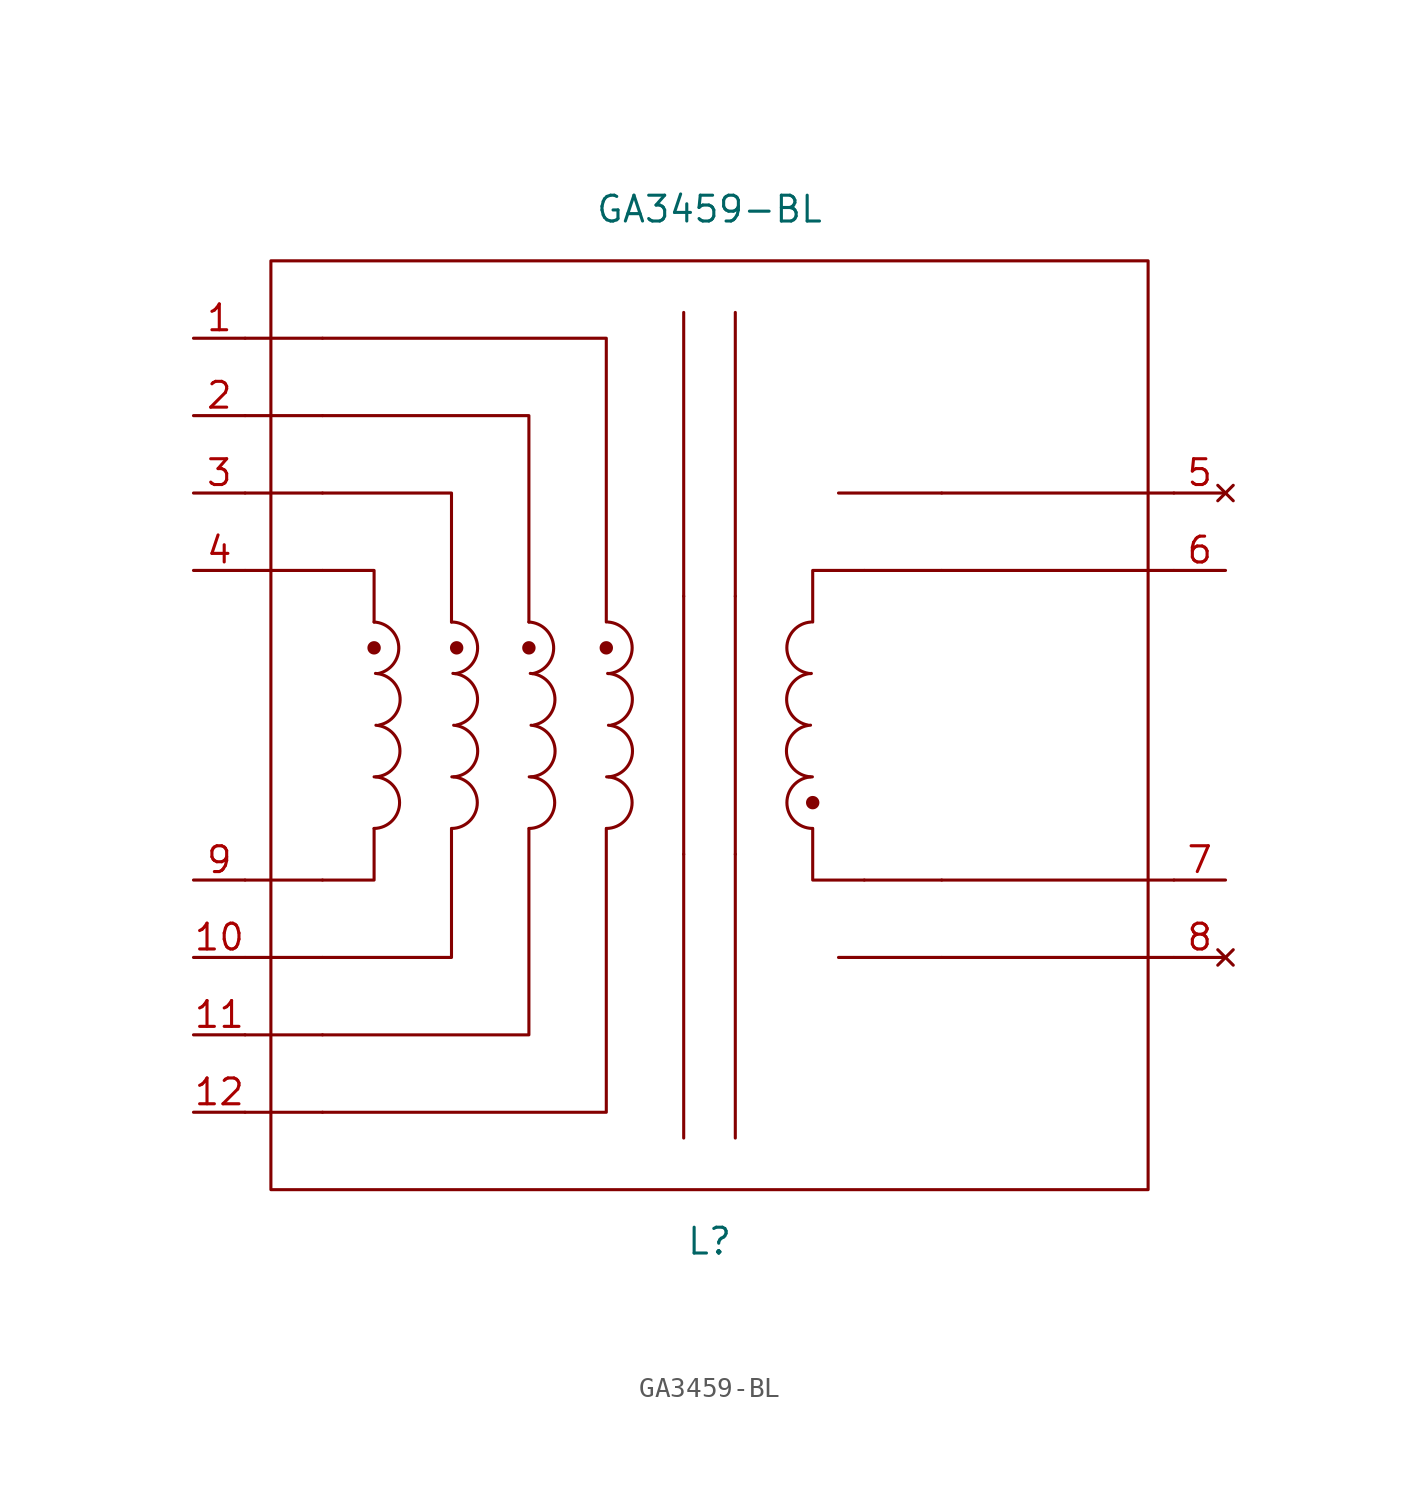
<source format=kicad_sym>
(kicad_symbol_lib
  (version 20220914)
  (generator kicad_symbol_editor)
  (symbol "GA3459-BL"
    (property "Reference" "L"
      (at 0 -25.4 0)
      (effects (font (size 1.27 1.27))))
    (property "Value" "GA3459-BL"
      (at 0 25.4 0)
      (effects (font (size 1.27 1.27))))
    (symbol "GA3459-BL_0_1"
      (rectangle (start -21.59 22.86) (end 21.59 -22.86) (stroke (width 0.152) (type default)) (fill (type none)))
      (arc (start -16.51 -5.08) (mid -15.2558 -3.81) (end -16.51 -2.54) (stroke (width 0.1524) (type default)) (fill (type none)))
      (circle (center -16.51 3.81) (radius 0.254) (stroke (width 0.152) (type default)) (fill (type outline)))
      (arc (start -16.4198 -2.54) (mid -15.2368 -1.27) (end -16.4198 0) (stroke (width 0.1524) (type default)) (fill (type none)))
      (arc (start -16.3296 2.54) (mid -15.2979 3.8897) (end -16.51 5.08) (stroke (width 0.1524) (type default)) (fill (type none)))
      (arc (start -16.2619 0.0112) (mid -15.2302 1.3609) (end -16.4423 2.5512) (stroke (width 0.1524) (type default)) (fill (type none)))
      (arc (start -12.6841 -5.08) (mid -11.4299 -3.81) (end -12.6841 -2.54) (stroke (width 0.1524) (type default)) (fill (type none)))
      (arc (start -12.5939 -2.54) (mid -11.4109 -1.27) (end -12.5939 0) (stroke (width 0.1524) (type default)) (fill (type none)))
      (arc (start -12.5196 2.54) (mid -11.4184 3.8946) (end -12.7 5.08) (stroke (width 0.1524) (type default)) (fill (type none)))
      (arc (start -12.4519 0.0112) (mid -11.4202 1.3609) (end -12.6323 2.5512) (stroke (width 0.1524) (type default)) (fill (type none)))
      (circle (center -12.446 3.81) (radius 0.254) (stroke (width 0.152) (type default)) (fill (type outline)))
      (circle (center -8.89 3.81) (radius 0.254) (stroke (width 0.152) (type default)) (fill (type outline)))
      (arc (start -8.8741 -5.08) (mid -7.6199 -3.81) (end -8.8741 -2.54) (stroke (width 0.1524) (type default)) (fill (type none)))
      (arc (start -8.7839 -2.54) (mid -7.6009 -1.27) (end -8.7839 0) (stroke (width 0.1524) (type default)) (fill (type none)))
      (arc (start -8.7096 2.54) (mid -7.6743 3.89) (end -8.89 5.08) (stroke (width 0.1524) (type default)) (fill (type none)))
      (arc (start -8.6419 0.0112) (mid -7.6102 1.3609) (end -8.8223 2.5512) (stroke (width 0.1524) (type default)) (fill (type none)))
      (circle (center -5.08 3.81) (radius 0.254) (stroke (width 0.152) (type default)) (fill (type outline)))
      (arc (start -5.0641 -5.08) (mid -3.8099 -3.81) (end -5.0641 -2.54) (stroke (width 0.1524) (type default)) (fill (type none)))
      (arc (start -4.9898 2.54) (mid -3.8068 3.81) (end -4.9898 5.08) (stroke (width 0.1524) (type default)) (fill (type none)))
      (arc (start -4.9739 -2.54) (mid -3.7909 -1.27) (end -4.9739 0) (stroke (width 0.1524) (type default)) (fill (type none)))
      (arc (start -4.8319 0.0112) (mid -3.8002 1.3609) (end -5.0123 2.5512) (stroke (width 0.1524) (type default)) (fill (type none)))
      (polyline (pts (xy -19.05 -19.05) (xy -22.86 -19.05)) (stroke (width 0.152) (type default)) (fill (type none)))
      (polyline (pts (xy -19.05 -11.43) (xy -22.86 -11.43)) (stroke (width 0.152) (type default)) (fill (type none)))
      (polyline (pts (xy -19.05 -7.62) (xy -22.86 -7.62)) (stroke (width 0.152) (type default)) (fill (type none)))
      (polyline (pts (xy -19.05 7.62) (xy -22.86 7.62)) (stroke (width 0.152) (type default)) (fill (type none)))
      (polyline (pts (xy -19.05 15.24) (xy -22.86 15.24)) (stroke (width 0.152) (type default)) (fill (type none)))
      (polyline (pts (xy -1.27 -6.35) (xy -1.27 -20.32)) (stroke (width 0.152) (type default)) (fill (type none)))
      (polyline (pts (xy -1.27 6.35) (xy -1.27 -6.35)) (stroke (width 0.152) (type default)) (fill (type none)))
      (polyline (pts (xy -1.27 6.35) (xy -1.27 20.32)) (stroke (width 0.152) (type default)) (fill (type none)))
      (polyline (pts (xy 1.27 -6.35) (xy 1.27 -20.32)) (stroke (width 0.152) (type default)) (fill (type none)))
      (polyline (pts (xy 1.27 6.35) (xy 1.27 -6.35)) (stroke (width 0.152) (type default)) (fill (type none)))
      (polyline (pts (xy 1.27 6.35) (xy 1.27 20.32)) (stroke (width 0.152) (type default)) (fill (type none)))
      (polyline (pts (xy 7.62 -7.62) (xy 11.43 -7.62)) (stroke (width 0.152) (type default)) (fill (type none)))
      (polyline (pts (xy 7.62 7.62) (xy 11.43 7.62)) (stroke (width 0.152) (type default)) (fill (type none)))
      (polyline (pts (xy 11.43 -11.43) (xy 6.35 -11.43)) (stroke (width 0.152) (type default)) (fill (type none)))
      (polyline (pts (xy 11.43 -11.43) (xy 22.86 -11.43)) (stroke (width 0.152) (type default)) (fill (type none)))
      (polyline (pts (xy 11.43 -7.62) (xy 22.86 -7.62)) (stroke (width 0.152) (type default)) (fill (type none)))
      (polyline (pts (xy 11.43 7.62) (xy 22.86 7.62)) (stroke (width 0.152) (type default)) (fill (type none)))
      (polyline (pts (xy 11.43 11.43) (xy 6.35 11.43)) (stroke (width 0.152) (type default)) (fill (type none)))
      (polyline (pts (xy 11.43 11.43) (xy 22.86 11.43)) (stroke (width 0.152) (type default)) (fill (type none)))
      (polyline (pts (xy -19.05 -15.24) (xy -22.86 -15.24) (xy -21.59 -15.24)) (stroke (width 0.152) (type default)) (fill (type none)))
      (polyline (pts (xy -19.05 11.43) (xy -22.86 11.43) (xy -21.59 11.43)) (stroke (width 0.152) (type default)) (fill (type none)))
      (polyline (pts (xy -19.05 19.05) (xy -22.86 19.05) (xy -21.59 19.05)) (stroke (width 0.152) (type default)) (fill (type none)))
      (polyline (pts (xy -16.51 -5.08) (xy -16.51 -7.62) (xy -19.05 -7.62)) (stroke (width 0.152) (type default)) (fill (type none)))
      (polyline (pts (xy -16.51 5.08) (xy -16.51 7.62) (xy -19.05 7.62)) (stroke (width 0.152) (type default)) (fill (type none)))
      (polyline (pts (xy -12.7 -5.08) (xy -12.7 -11.43) (xy -19.05 -11.43)) (stroke (width 0.152) (type default)) (fill (type none)))
      (polyline (pts (xy -12.7 5.08) (xy -12.7 11.43) (xy -19.05 11.43)) (stroke (width 0.152) (type default)) (fill (type none)))
      (polyline (pts (xy -8.89 -5.08) (xy -8.89 -15.24) (xy -19.05 -15.24)) (stroke (width 0.152) (type default)) (fill (type none)))
      (polyline (pts (xy -8.89 5.08) (xy -8.89 15.24) (xy -19.05 15.24)) (stroke (width 0.152) (type default)) (fill (type none)))
      (polyline (pts (xy -5.08 -5.08) (xy -5.08 -19.05) (xy -19.05 -19.05)) (stroke (width 0.152) (type default)) (fill (type none)))
      (polyline (pts (xy -5.08 5.08) (xy -5.08 19.05) (xy -19.05 19.05)) (stroke (width 0.152) (type default)) (fill (type none)))
      (polyline (pts (xy 5.08 -5.08) (xy 5.08 -7.62) (xy 7.62 -7.62)) (stroke (width 0.152) (type default)) (fill (type none)))
      (polyline (pts (xy 5.08 5.08) (xy 5.08 7.62) (xy 7.62 7.62)) (stroke (width 0.152) (type default)) (fill (type none)))
      (arc (start 4.9739 0) (mid 3.7909 -1.27) (end 4.9739 -2.54) (stroke (width 0.1524) (type default)) (fill (type none)))
      (arc (start 4.9898 5.08) (mid 3.8068 3.81) (end 4.9898 2.54) (stroke (width 0.1524) (type default)) (fill (type none)))
      (arc (start 5.0123 2.5512) (mid 3.8002 1.3609) (end 4.8319 0.0112) (stroke (width 0.1524) (type default)) (fill (type none)))
      (arc (start 5.0641 -2.54) (mid 3.8099 -3.81) (end 5.0641 -5.08) (stroke (width 0.1524) (type default)) (fill (type none)))
      (circle (center 5.08 -3.81) (radius 0.254) (stroke (width 0.152) (type default)) (fill (type outline))))
    (symbol "GA3459-BL_1_1"
      (pin passive line (at -25.4 19.05 0) (length 2.54) (name "" (effects (font (size 1.27 1.27)))) (number "1" (effects (font (size 1.27 1.27)))))
      (pin passive line (at -25.4 -11.43 0) (length 2.54) (name "" (effects (font (size 1.27 1.27)))) (number "10" (effects (font (size 1.27 1.27)))))
      (pin passive line (at -25.4 -15.24 0) (length 2.54) (name "" (effects (font (size 1.27 1.27)))) (number "11" (effects (font (size 1.27 1.27)))))
      (pin passive line (at -25.4 -19.05 0) (length 2.54) (name "" (effects (font (size 1.27 1.27)))) (number "12" (effects (font (size 1.27 1.27)))))
      (pin passive line (at -25.4 15.24 0) (length 2.54) (name "" (effects (font (size 1.27 1.27)))) (number "2" (effects (font (size 1.27 1.27)))))
      (pin passive line (at -25.4 11.43 0) (length 2.54) (name "" (effects (font (size 1.27 1.27)))) (number "3" (effects (font (size 1.27 1.27)))))
      (pin passive line (at -25.4 7.62 0) (length 2.54) (name "" (effects (font (size 1.27 1.27)))) (number "4" (effects (font (size 1.27 1.27)))))
      (pin no_connect line (at 25.4 11.43 180) (length 2.54) (name "" (effects (font (size 1.27 1.27)))) (number "5" (effects (font (size 1.27 1.27)))))
      (pin bidirectional line (at 25.4 7.62 180) (length 2.54) (name "" (effects (font (size 1.27 1.27)))) (number "6" (effects (font (size 1.27 1.27)))))
      (pin bidirectional line (at 25.4 -7.62 180) (length 2.54) (name "" (effects (font (size 1.27 1.27)))) (number "7" (effects (font (size 1.27 1.27)))))
      (pin no_connect line (at 25.4 -11.43 180) (length 2.54) (name "" (effects (font (size 1.27 1.27)))) (number "8" (effects (font (size 1.27 1.27)))))
      (pin passive line (at -25.4 -7.62 0) (length 2.54) (name "" (effects (font (size 1.27 1.27)))) (number "9" (effects (font (size 1.27 1.27))))))))
</source>
